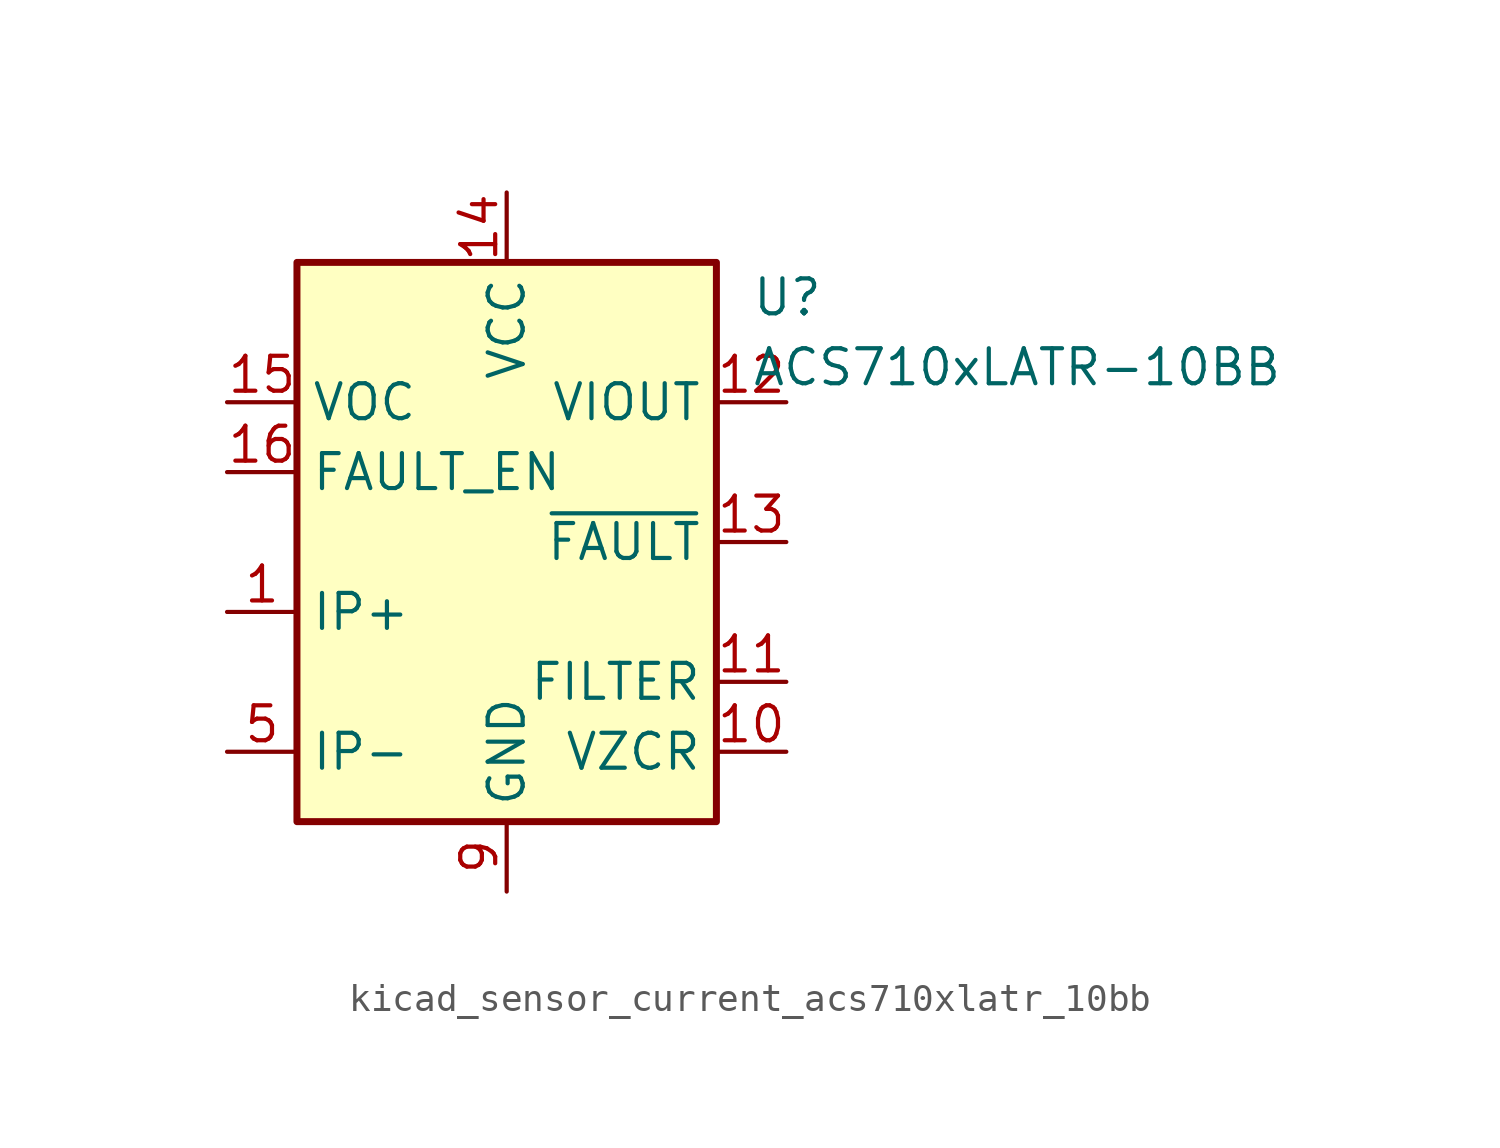
<source format=kicad_sym>
(kicad_symbol_lib
  (version 20220914)
  (generator kicad_symbol_editor)
  (symbol "kicad_sensor_current_acs710xlatr_10bb"
    (property "Reference" "U"
      (at 8.89 8.89 0)
      (effects (font (size 1.27 1.27)) (justify left)))
    (property "Value" "ACS710xLATR-10BB"
      (at 8.89 6.35 0)
      (effects (font (size 1.27 1.27)) (justify left)))
    (symbol "kicad_sensor_current_acs710xlatr_10bb_0_1"
      (rectangle (start -7.62 10.16) (end 7.62 -10.16) (stroke (width 0.254) (type default)) (fill (type background))))
    (symbol "kicad_sensor_current_acs710xlatr_10bb_1_1"
      (pin passive line (at -10.16 -2.54 0) (length 2.54) (name "IP+" (effects (font (size 1.27 1.27)))) (number "1" (effects (font (size 1.27 1.27)))))
      (pin passive line (at 10.16 -7.62 180) (length 2.54) (name "VZCR" (effects (font (size 1.27 1.27)))) (number "10" (effects (font (size 1.27 1.27)))))
      (pin passive line (at 10.16 -5.08 180) (length 2.54) (name "FILTER" (effects (font (size 1.27 1.27)))) (number "11" (effects (font (size 1.27 1.27)))))
      (pin output line (at 10.16 5.08 180) (length 2.54) (name "VIOUT" (effects (font (size 1.27 1.27)))) (number "12" (effects (font (size 1.27 1.27)))))
      (pin output line (at 10.16 0 180) (length 2.54) (name "~{FAULT}" (effects (font (size 1.27 1.27)))) (number "13" (effects (font (size 1.27 1.27)))))
      (pin power_in line (at 0 12.7 270) (length 2.54) (name "VCC" (effects (font (size 1.27 1.27)))) (number "14" (effects (font (size 1.27 1.27)))))
      (pin input line (at -10.16 5.08 0) (length 2.54) (name "VOC" (effects (font (size 1.27 1.27)))) (number "15" (effects (font (size 1.27 1.27)))))
      (pin input line (at -10.16 2.54 0) (length 2.54) (name "FAULT_EN" (effects (font (size 1.27 1.27)))) (number "16" (effects (font (size 1.27 1.27)))))
      (pin passive line (at -10.16 -2.54 0) (length 2.54) hide (name "IP+" (effects (font (size 1.27 1.27)))) (number "2" (effects (font (size 1.27 1.27)))))
      (pin passive line (at -10.16 -2.54 0) (length 2.54) hide (name "IP+" (effects (font (size 1.27 1.27)))) (number "3" (effects (font (size 1.27 1.27)))))
      (pin passive line (at -10.16 -2.54 0) (length 2.54) hide (name "IP+" (effects (font (size 1.27 1.27)))) (number "4" (effects (font (size 1.27 1.27)))))
      (pin passive line (at -10.16 -7.62 0) (length 2.54) (name "IP-" (effects (font (size 1.27 1.27)))) (number "5" (effects (font (size 1.27 1.27)))))
      (pin passive line (at -10.16 -7.62 0) (length 2.54) hide (name "IP-" (effects (font (size 1.27 1.27)))) (number "6" (effects (font (size 1.27 1.27)))))
      (pin passive line (at -10.16 -7.62 0) (length 2.54) hide (name "IP-" (effects (font (size 1.27 1.27)))) (number "7" (effects (font (size 1.27 1.27)))))
      (pin passive line (at -10.16 -7.62 0) (length 2.54) hide (name "IP-" (effects (font (size 1.27 1.27)))) (number "8" (effects (font (size 1.27 1.27)))))
      (pin power_in line (at 0 -12.7 90) (length 2.54) (name "GND" (effects (font (size 1.27 1.27)))) (number "9" (effects (font (size 1.27 1.27))))))))
</source>
